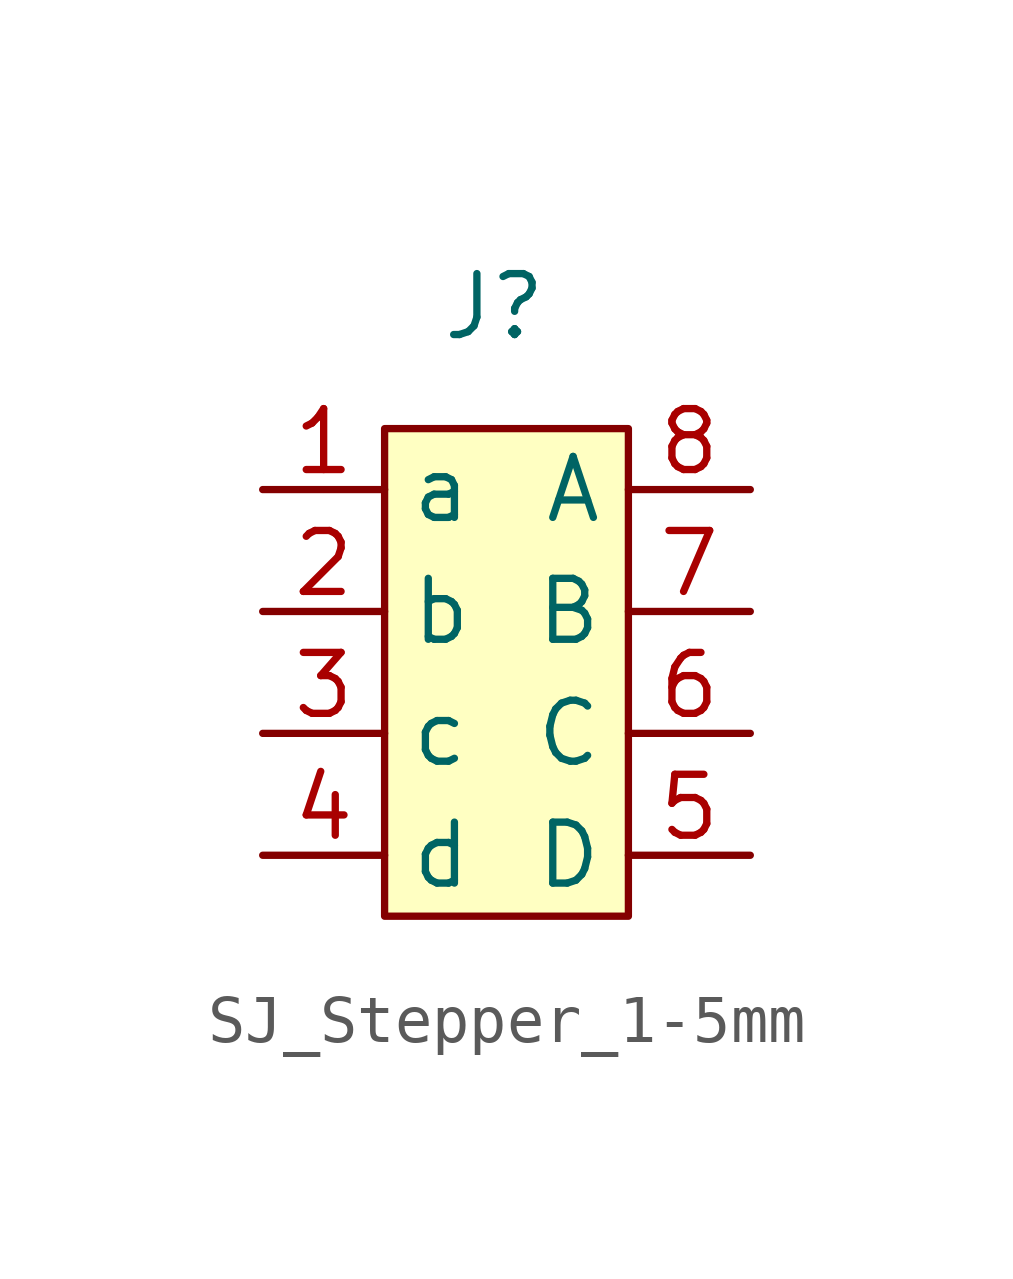
<source format=kicad_sym>
(kicad_symbol_lib
  (version 20241209)
  (generator "kicad_symbol_editor")
  (generator_version "9.0")
  (symbol "SJ_Stepper_1-5mm"
    (property "Reference" "J"
      (at -0.254 7.62 0)
      (effects (font (size 1.27 1.27))))
    (property "Value" ""
      (at 0 0 0)
      (effects (font (size 1.27 1.27))))
    (symbol "SJ_Stepper_1-5mm_0_1"
      (rectangle (start -2.54 5.08) (end 2.54 -5.08) (stroke (width 0) (type default)) (fill (type background))))
    (symbol "SJ_Stepper_1-5mm_1_1"
      (pin input line (at -5.08 3.81 0) (length 2.54) (name "a" (effects (font (size 1.27 1.27)))) (number "1" (effects (font (size 1.27 1.27)))))
      (pin input line (at -5.08 1.27 0) (length 2.54) (name "b" (effects (font (size 1.27 1.27)))) (number "2" (effects (font (size 1.27 1.27)))))
      (pin input line (at -5.08 -1.27 0) (length 2.54) (name "c" (effects (font (size 1.27 1.27)))) (number "3" (effects (font (size 1.27 1.27)))))
      (pin input line (at -5.08 -3.81 0) (length 2.54) (name "d" (effects (font (size 1.27 1.27)))) (number "4" (effects (font (size 1.27 1.27)))))
      (pin input line (at 5.08 3.81 180) (length 2.54) (name "A" (effects (font (size 1.27 1.27)))) (number "8" (effects (font (size 1.27 1.27)))))
      (pin input line (at 5.08 1.27 180) (length 2.54) (name "B" (effects (font (size 1.27 1.27)))) (number "7" (effects (font (size 1.27 1.27)))))
      (pin input line (at 5.08 -1.27 180) (length 2.54) (name "C" (effects (font (size 1.27 1.27)))) (number "6" (effects (font (size 1.27 1.27)))))
      (pin input line (at 5.08 -3.81 180) (length 2.54) (name "D" (effects (font (size 1.27 1.27)))) (number "5" (effects (font (size 1.27 1.27))))))))
</source>
